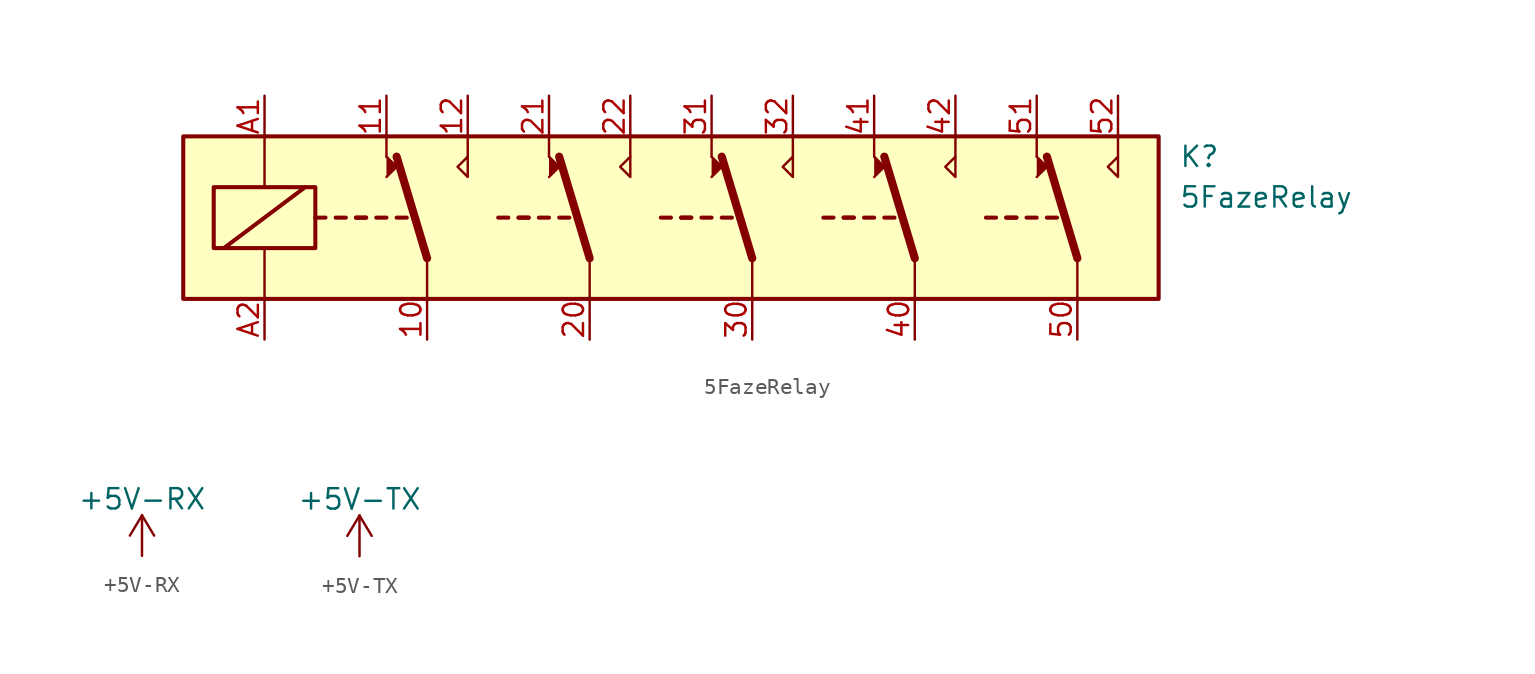
<source format=kicad_sym>
(kicad_symbol_lib
  (version 20211014)
  (generator kicad_symbol_editor)
  (symbol "5FazeRelay"
    (pin_names
      (offset 1.016))
    (property "Reference" "K"
      (at 52.07 3.81 0)
      (effects (font (size 1.27 1.27)) (justify left)))
    (property "Value" "5FazeRelay"
      (at 52.07 1.27 0)
      (effects (font (size 1.27 1.27)) (justify left)))
    (symbol "5FazeRelay_0_0"
      (polyline (pts (xy 2.54 3.81) (xy 2.54 5.08)) (stroke (width 0) (type default) (color 0 0 0 0)) (fill (type none)))
      (polyline (pts (xy 7.62 3.81) (xy 7.62 5.08)) (stroke (width 0) (type default) (color 0 0 0 0)) (fill (type none)))
      (polyline (pts (xy 12.7 3.81) (xy 12.7 5.08)) (stroke (width 0) (type default) (color 0 0 0 0)) (fill (type none)))
      (polyline (pts (xy 17.78 3.81) (xy 17.78 5.08)) (stroke (width 0) (type default) (color 0 0 0 0)) (fill (type none)))
      (polyline (pts (xy 22.86 3.81) (xy 22.86 5.08)) (stroke (width 0) (type default) (color 0 0 0 0)) (fill (type none)))
      (polyline (pts (xy 27.94 3.81) (xy 27.94 5.08)) (stroke (width 0) (type default) (color 0 0 0 0)) (fill (type none)))
      (polyline (pts (xy 33.02 3.81) (xy 33.02 5.08)) (stroke (width 0) (type default) (color 0 0 0 0)) (fill (type none)))
      (polyline (pts (xy 38.1 3.81) (xy 38.1 5.08)) (stroke (width 0) (type default) (color 0 0 0 0)) (fill (type none)))
      (polyline (pts (xy 43.18 3.81) (xy 43.18 5.08)) (stroke (width 0) (type default) (color 0 0 0 0)) (fill (type none)))
      (polyline (pts (xy 48.26 3.81) (xy 48.26 5.08)) (stroke (width 0) (type default) (color 0 0 0 0)) (fill (type none)))
      (polyline (pts (xy 7.62 3.81) (xy 7.62 2.54) (xy 6.985 3.175) (xy 7.62 3.81)) (stroke (width 0) (type default) (color 0 0 0 0)) (fill (type none)))
      (polyline (pts (xy 17.78 3.81) (xy 17.78 2.54) (xy 17.145 3.175) (xy 17.78 3.81)) (stroke (width 0) (type default) (color 0 0 0 0)) (fill (type none)))
      (polyline (pts (xy 27.94 3.81) (xy 27.94 2.54) (xy 27.305 3.175) (xy 27.94 3.81)) (stroke (width 0) (type default) (color 0 0 0 0)) (fill (type none)))
      (polyline (pts (xy 38.1 3.81) (xy 38.1 2.54) (xy 37.465 3.175) (xy 38.1 3.81)) (stroke (width 0) (type default) (color 0 0 0 0)) (fill (type none)))
      (polyline (pts (xy 48.26 3.81) (xy 48.26 2.54) (xy 47.625 3.175) (xy 48.26 3.81)) (stroke (width 0) (type default) (color 0 0 0 0)) (fill (type none))))
    (symbol "5FazeRelay_0_1"
      (rectangle (start -10.16 5.08) (end 50.8 -5.08) (stroke (width 0.254) (type default) (color 0 0 0 0)) (fill (type background)))
      (rectangle (start -8.255 1.905) (end -1.905 -1.905) (stroke (width 0.254) (type default) (color 0 0 0 0)) (fill (type none)))
      (polyline (pts (xy -7.62 -1.905) (xy -2.54 1.905)) (stroke (width 0.254) (type default) (color 0 0 0 0)) (fill (type none)))
      (polyline (pts (xy -5.08 -5.08) (xy -5.08 -1.905)) (stroke (width 0) (type default) (color 0 0 0 0)) (fill (type none)))
      (polyline (pts (xy -5.08 5.08) (xy -5.08 1.905)) (stroke (width 0) (type default) (color 0 0 0 0)) (fill (type none)))
      (polyline (pts (xy -1.905 0) (xy -1.27 0)) (stroke (width 0.254) (type default) (color 0 0 0 0)) (fill (type none)))
      (polyline (pts (xy -0.635 0) (xy 0 0)) (stroke (width 0.254) (type default) (color 0 0 0 0)) (fill (type none)))
      (polyline (pts (xy 0.635 0) (xy 1.27 0)) (stroke (width 0.254) (type default) (color 0 0 0 0)) (fill (type none)))
      (polyline (pts (xy 0.635 0) (xy 1.27 0)) (stroke (width 0.254) (type default) (color 0 0 0 0)) (fill (type none)))
      (polyline (pts (xy 1.905 0) (xy 2.54 0)) (stroke (width 0.254) (type default) (color 0 0 0 0)) (fill (type none)))
      (polyline (pts (xy 3.175 0) (xy 3.81 0)) (stroke (width 0.254) (type default) (color 0 0 0 0)) (fill (type none)))
      (polyline (pts (xy 5.08 -2.54) (xy 3.175 3.81)) (stroke (width 0.508) (type default) (color 0 0 0 0)) (fill (type none)))
      (polyline (pts (xy 5.08 -2.54) (xy 5.08 -5.08)) (stroke (width 0) (type default) (color 0 0 0 0)) (fill (type none)))
      (polyline (pts (xy 9.525 0) (xy 10.16 0)) (stroke (width 0.254) (type default) (color 0 0 0 0)) (fill (type none)))
      (polyline (pts (xy 10.795 0) (xy 11.43 0)) (stroke (width 0.254) (type default) (color 0 0 0 0)) (fill (type none)))
      (polyline (pts (xy 10.795 0) (xy 11.43 0)) (stroke (width 0.254) (type default) (color 0 0 0 0)) (fill (type none)))
      (polyline (pts (xy 12.065 0) (xy 12.7 0)) (stroke (width 0.254) (type default) (color 0 0 0 0)) (fill (type none)))
      (polyline (pts (xy 13.335 0) (xy 13.97 0)) (stroke (width 0.254) (type default) (color 0 0 0 0)) (fill (type none)))
      (polyline (pts (xy 15.24 -2.54) (xy 13.335 3.81)) (stroke (width 0.508) (type default) (color 0 0 0 0)) (fill (type none)))
      (polyline (pts (xy 15.24 -2.54) (xy 15.24 -5.08)) (stroke (width 0) (type default) (color 0 0 0 0)) (fill (type none)))
      (polyline (pts (xy 19.685 0) (xy 20.32 0)) (stroke (width 0.254) (type default) (color 0 0 0 0)) (fill (type none)))
      (polyline (pts (xy 20.955 0) (xy 21.59 0)) (stroke (width 0.254) (type default) (color 0 0 0 0)) (fill (type none)))
      (polyline (pts (xy 20.955 0) (xy 21.59 0)) (stroke (width 0.254) (type default) (color 0 0 0 0)) (fill (type none)))
      (polyline (pts (xy 22.225 0) (xy 22.86 0)) (stroke (width 0.254) (type default) (color 0 0 0 0)) (fill (type none)))
      (polyline (pts (xy 23.495 0) (xy 24.13 0)) (stroke (width 0.254) (type default) (color 0 0 0 0)) (fill (type none)))
      (polyline (pts (xy 25.4 -2.54) (xy 23.495 3.81)) (stroke (width 0.508) (type default) (color 0 0 0 0)) (fill (type none)))
      (polyline (pts (xy 25.4 -2.54) (xy 25.4 -5.08)) (stroke (width 0) (type default) (color 0 0 0 0)) (fill (type none)))
      (polyline (pts (xy 29.845 0) (xy 30.48 0)) (stroke (width 0.254) (type default) (color 0 0 0 0)) (fill (type none)))
      (polyline (pts (xy 31.115 0) (xy 31.75 0)) (stroke (width 0.254) (type default) (color 0 0 0 0)) (fill (type none)))
      (polyline (pts (xy 31.115 0) (xy 31.75 0)) (stroke (width 0.254) (type default) (color 0 0 0 0)) (fill (type none)))
      (polyline (pts (xy 32.385 0) (xy 33.02 0)) (stroke (width 0.254) (type default) (color 0 0 0 0)) (fill (type none)))
      (polyline (pts (xy 33.655 0) (xy 34.29 0)) (stroke (width 0.254) (type default) (color 0 0 0 0)) (fill (type none)))
      (polyline (pts (xy 35.56 -2.54) (xy 33.655 3.81)) (stroke (width 0.508) (type default) (color 0 0 0 0)) (fill (type none)))
      (polyline (pts (xy 35.56 -2.54) (xy 35.56 -5.08)) (stroke (width 0) (type default) (color 0 0 0 0)) (fill (type none)))
      (polyline (pts (xy 40.005 0) (xy 40.64 0)) (stroke (width 0.254) (type default) (color 0 0 0 0)) (fill (type none)))
      (polyline (pts (xy 41.275 0) (xy 41.91 0)) (stroke (width 0.254) (type default) (color 0 0 0 0)) (fill (type none)))
      (polyline (pts (xy 41.275 0) (xy 41.91 0)) (stroke (width 0.254) (type default) (color 0 0 0 0)) (fill (type none)))
      (polyline (pts (xy 42.545 0) (xy 43.18 0)) (stroke (width 0.254) (type default) (color 0 0 0 0)) (fill (type none)))
      (polyline (pts (xy 43.815 0) (xy 44.45 0)) (stroke (width 0.254) (type default) (color 0 0 0 0)) (fill (type none)))
      (polyline (pts (xy 45.72 -2.54) (xy 43.815 3.81)) (stroke (width 0.508) (type default) (color 0 0 0 0)) (fill (type none)))
      (polyline (pts (xy 45.72 -2.54) (xy 45.72 -5.08)) (stroke (width 0) (type default) (color 0 0 0 0)) (fill (type none)))
      (polyline (pts (xy 2.54 2.54) (xy 3.175 3.175) (xy 2.54 3.81)) (stroke (width 0) (type default) (color 0 0 0 0)) (fill (type outline)))
      (polyline (pts (xy 12.7 2.54) (xy 13.335 3.175) (xy 12.7 3.81)) (stroke (width 0) (type default) (color 0 0 0 0)) (fill (type outline)))
      (polyline (pts (xy 22.86 2.54) (xy 23.495 3.175) (xy 22.86 3.81)) (stroke (width 0) (type default) (color 0 0 0 0)) (fill (type outline)))
      (polyline (pts (xy 33.02 2.54) (xy 33.655 3.175) (xy 33.02 3.81)) (stroke (width 0) (type default) (color 0 0 0 0)) (fill (type outline)))
      (polyline (pts (xy 43.18 2.54) (xy 43.815 3.175) (xy 43.18 3.81)) (stroke (width 0) (type default) (color 0 0 0 0)) (fill (type outline))))
    (symbol "5FazeRelay_1_1"
      (pin passive line (at 5.08 -7.62 90) (length 2.54) (name "~" (effects (font (size 1.27 1.27)))) (number "10" (effects (font (size 1.27 1.27)))))
      (pin passive line (at 2.54 7.62 270) (length 2.54) (name "~" (effects (font (size 1.27 1.27)))) (number "11" (effects (font (size 1.27 1.27)))))
      (pin passive line (at 7.62 7.62 270) (length 2.54) (name "~" (effects (font (size 1.27 1.27)))) (number "12" (effects (font (size 1.27 1.27)))))
      (pin passive line (at 15.24 -7.62 90) (length 2.54) (name "~" (effects (font (size 1.27 1.27)))) (number "20" (effects (font (size 1.27 1.27)))))
      (pin passive line (at 12.7 7.62 270) (length 2.54) (name "~" (effects (font (size 1.27 1.27)))) (number "21" (effects (font (size 1.27 1.27)))))
      (pin passive line (at 17.78 7.62 270) (length 2.54) (name "~" (effects (font (size 1.27 1.27)))) (number "22" (effects (font (size 1.27 1.27)))))
      (pin passive line (at 25.4 -7.62 90) (length 2.54) (name "~" (effects (font (size 1.27 1.27)))) (number "30" (effects (font (size 1.27 1.27)))))
      (pin passive line (at 22.86 7.62 270) (length 2.54) (name "~" (effects (font (size 1.27 1.27)))) (number "31" (effects (font (size 1.27 1.27)))))
      (pin passive line (at 27.94 7.62 270) (length 2.54) (name "~" (effects (font (size 1.27 1.27)))) (number "32" (effects (font (size 1.27 1.27)))))
      (pin passive line (at 35.56 -7.62 90) (length 2.54) (name "~" (effects (font (size 1.27 1.27)))) (number "40" (effects (font (size 1.27 1.27)))))
      (pin passive line (at 33.02 7.62 270) (length 2.54) (name "~" (effects (font (size 1.27 1.27)))) (number "41" (effects (font (size 1.27 1.27)))))
      (pin passive line (at 38.1 7.62 270) (length 2.54) (name "~" (effects (font (size 1.27 1.27)))) (number "42" (effects (font (size 1.27 1.27)))))
      (pin passive line (at 45.72 -7.62 90) (length 2.54) (name "~" (effects (font (size 1.27 1.27)))) (number "50" (effects (font (size 1.27 1.27)))))
      (pin passive line (at 43.18 7.62 270) (length 2.54) (name "~" (effects (font (size 1.27 1.27)))) (number "51" (effects (font (size 1.27 1.27)))))
      (pin passive line (at 48.26 7.62 270) (length 2.54) (name "~" (effects (font (size 1.27 1.27)))) (number "52" (effects (font (size 1.27 1.27)))))
      (pin passive line (at -5.08 7.62 270) (length 2.54) (name "~" (effects (font (size 1.27 1.27)))) (number "A1" (effects (font (size 1.27 1.27)))))
      (pin passive line (at -5.08 -7.62 90) (length 2.54) (name "~" (effects (font (size 1.27 1.27)))) (number "A2" (effects (font (size 1.27 1.27)))))))
  (symbol "+5V-RX"
    (power)
    (pin_names
      (offset 0))
    (property "Reference" "#PWR"
      (at 0 -3.81 0)
      (effects (font (size 1.27 1.27)) hide))
    (property "Value" "+5V-RX"
      (at 0 3.556 0)
      (effects (font (size 1.27 1.27))))
    (symbol "+5V-RX_0_1"
      (polyline (pts (xy -0.762 1.27) (xy 0 2.54)) (stroke (width 0) (type default) (color 0 0 0 0)) (fill (type none)))
      (polyline (pts (xy 0 0) (xy 0 2.54)) (stroke (width 0) (type default) (color 0 0 0 0)) (fill (type none)))
      (polyline (pts (xy 0 2.54) (xy 0.762 1.27)) (stroke (width 0) (type default) (color 0 0 0 0)) (fill (type none))))
    (symbol "+5V-RX_1_1"
      (pin power_in line (at 0 0 90) (length 0) hide (name "+5V-RX" (effects (font (size 1.27 1.27)))) (number "1" (effects (font (size 1.27 1.27)))))))
  (symbol "+5V-TX"
    (power)
    (pin_names
      (offset 0))
    (property "Reference" "#PWR"
      (at 0 -3.81 0)
      (effects (font (size 1.27 1.27)) hide))
    (property "Value" "+5V-TX"
      (at 0 3.556 0)
      (effects (font (size 1.27 1.27))))
    (symbol "+5V-TX_0_1"
      (polyline (pts (xy -0.762 1.27) (xy 0 2.54)) (stroke (width 0) (type default) (color 0 0 0 0)) (fill (type none)))
      (polyline (pts (xy 0 0) (xy 0 2.54)) (stroke (width 0) (type default) (color 0 0 0 0)) (fill (type none)))
      (polyline (pts (xy 0 2.54) (xy 0.762 1.27)) (stroke (width 0) (type default) (color 0 0 0 0)) (fill (type none))))
    (symbol "+5V-TX_1_1"
      (pin power_in line (at 0 0 90) (length 0) hide (name "+5V-TX" (effects (font (size 1.27 1.27)))) (number "1" (effects (font (size 1.27 1.27))))))))
</source>
